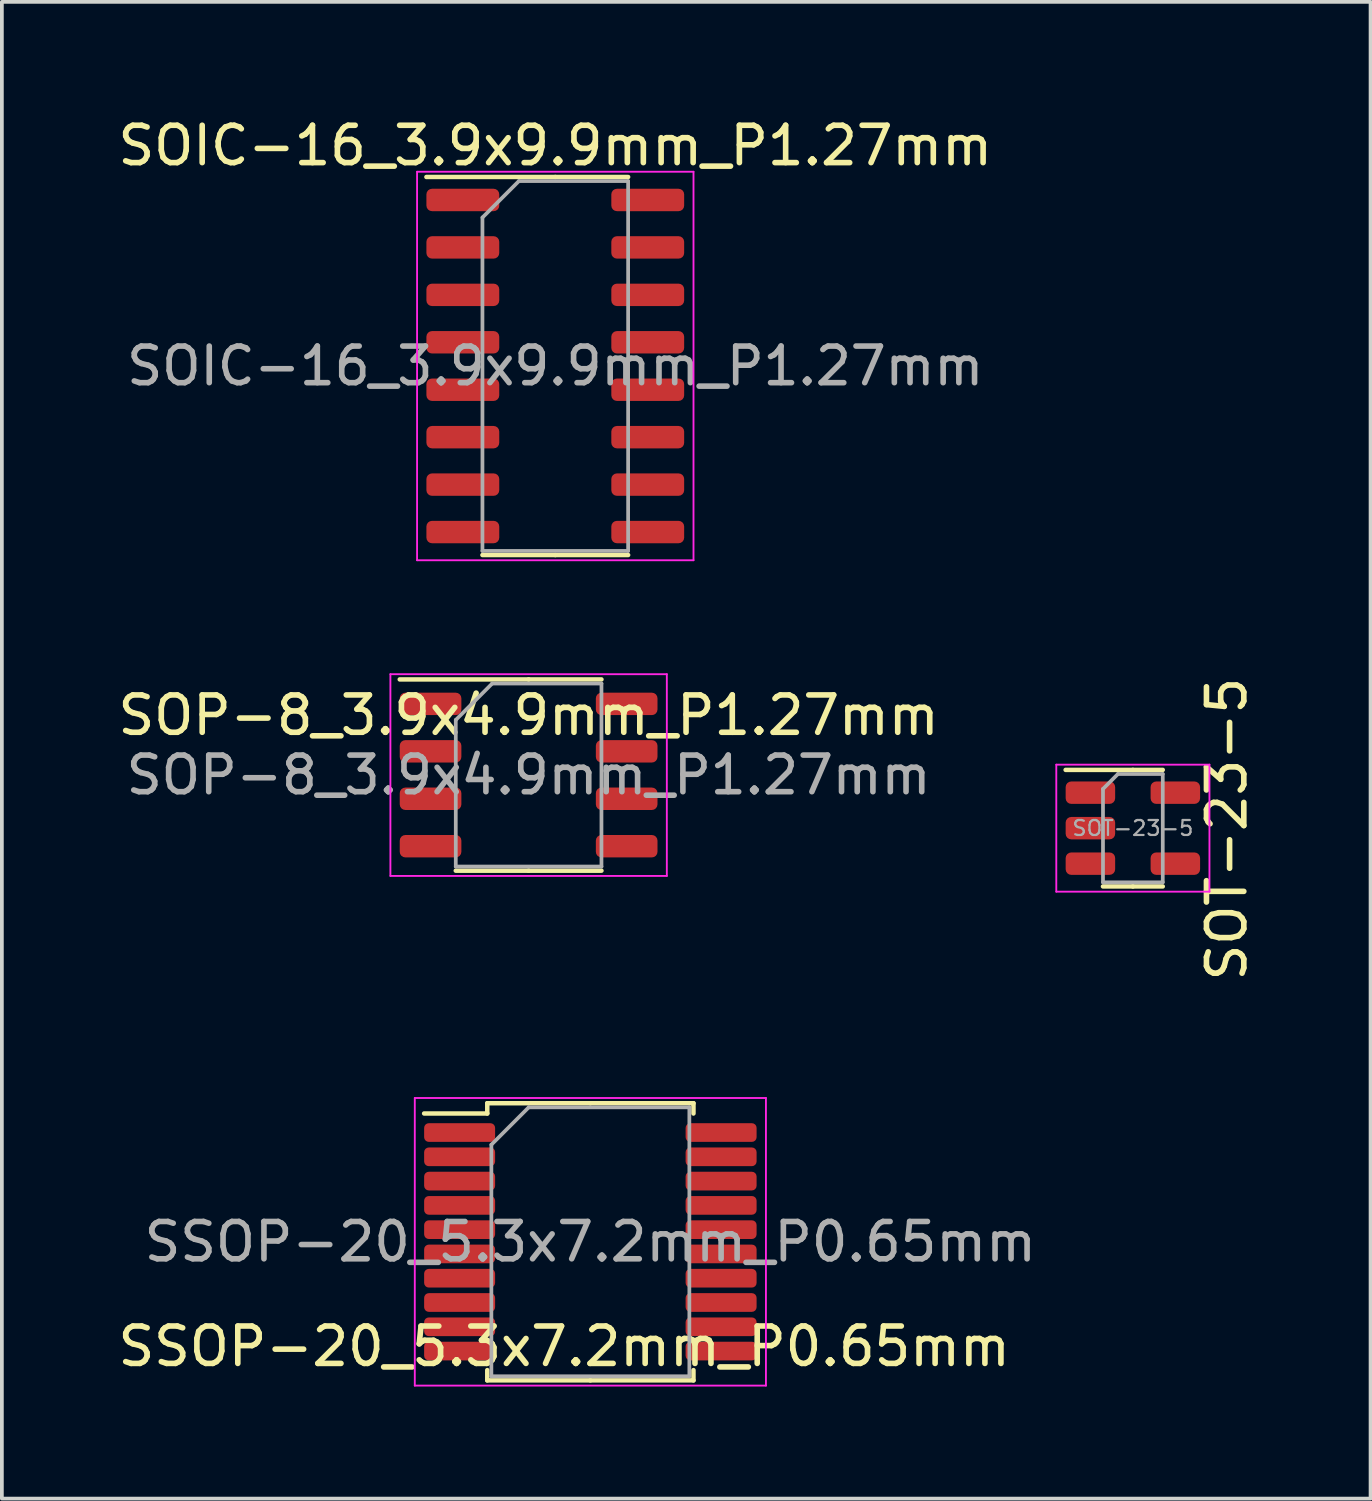
<source format=kicad_pcb>
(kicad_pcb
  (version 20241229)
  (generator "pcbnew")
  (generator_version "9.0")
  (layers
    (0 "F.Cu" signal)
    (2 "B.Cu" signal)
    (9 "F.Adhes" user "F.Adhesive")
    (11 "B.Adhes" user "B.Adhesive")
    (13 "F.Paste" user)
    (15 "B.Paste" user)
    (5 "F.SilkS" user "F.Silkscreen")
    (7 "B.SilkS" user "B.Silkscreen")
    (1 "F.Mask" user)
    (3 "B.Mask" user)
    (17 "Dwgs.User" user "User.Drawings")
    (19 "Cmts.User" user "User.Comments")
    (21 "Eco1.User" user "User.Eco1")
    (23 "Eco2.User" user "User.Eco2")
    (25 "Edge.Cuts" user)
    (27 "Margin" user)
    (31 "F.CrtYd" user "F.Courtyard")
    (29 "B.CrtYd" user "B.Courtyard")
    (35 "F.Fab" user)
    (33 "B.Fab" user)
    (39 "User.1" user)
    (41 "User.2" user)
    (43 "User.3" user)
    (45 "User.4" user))
  (footprint "SSOP-20_5.3x7.2mm_P0.65mm"
    (layer "F.Cu")
    (at 12.754 30.193)
    (property "Reference" "SSOP-20_5.3x7.2mm_P0.65mm" (at -0.7 2.8 0) (layer "F.SilkS") (effects (font (size 1 1) (thickness 0.15))))
    (attr smd)
    (fp_line (start -2.76 -3.71) (end -2.76 -3.435) (stroke (width 0.12) (type solid)) (layer "F.SilkS"))
    (fp_line (start -2.76 -3.435) (end -4.45 -3.435) (stroke (width 0.12) (type solid)) (layer "F.SilkS"))
    (fp_line (start -2.76 3.71) (end -2.76 3.435) (stroke (width 0.12) (type solid)) (layer "F.SilkS"))
    (fp_line (start 0 -3.71) (end -2.76 -3.71) (stroke (width 0.12) (type solid)) (layer "F.SilkS"))
    (fp_line (start 0 -3.71) (end 2.76 -3.71) (stroke (width 0.12) (type solid)) (layer "F.SilkS"))
    (fp_line (start 0 3.71) (end -2.76 3.71) (stroke (width 0.12) (type solid)) (layer "F.SilkS"))
    (fp_line (start 0 3.71) (end 2.76 3.71) (stroke (width 0.12) (type solid)) (layer "F.SilkS"))
    (fp_line (start 2.76 -3.71) (end 2.76 -3.435) (stroke (width 0.12) (type solid)) (layer "F.SilkS"))
    (fp_line (start 2.76 3.71) (end 2.76 3.435) (stroke (width 0.12) (type solid)) (layer "F.SilkS"))
    (fp_line (start -4.7 -3.85) (end -4.7 3.85) (stroke (width 0.05) (type solid)) (layer "F.CrtYd"))
    (fp_line (start -4.7 3.85) (end 4.7 3.85) (stroke (width 0.05) (type solid)) (layer "F.CrtYd"))
    (fp_line (start 4.7 -3.85) (end -4.7 -3.85) (stroke (width 0.05) (type solid)) (layer "F.CrtYd"))
    (fp_line (start 4.7 3.85) (end 4.7 -3.85) (stroke (width 0.05) (type solid)) (layer "F.CrtYd"))
    (fp_line (start -2.65 -2.6) (end -1.65 -3.6) (stroke (width 0.1) (type solid)) (layer "F.Fab"))
    (fp_line (start -2.65 3.6) (end -2.65 -2.6) (stroke (width 0.1) (type solid)) (layer "F.Fab"))
    (fp_line (start -1.65 -3.6) (end 2.65 -3.6) (stroke (width 0.1) (type solid)) (layer "F.Fab"))
    (fp_line (start 2.65 -3.6) (end 2.65 3.6) (stroke (width 0.1) (type solid)) (layer "F.Fab"))
    (fp_line (start 2.65 3.6) (end -2.65 3.6) (stroke (width 0.1) (type solid)) (layer "F.Fab"))
    (fp_text user "${REFERENCE}" (at 0 0 0) (layer "F.Fab") (effects (font (size 1 1) (thickness 0.15))))
    (pad "1" smd roundrect (at -3.5 -2.925) (size 1.9 0.5) (layers "F.Cu" "F.Mask" "F.Paste") (roundrect_rratio 0.25))
    (pad "2" smd roundrect (at -3.5 -2.275) (size 1.9 0.5) (layers "F.Cu" "F.Mask" "F.Paste") (roundrect_rratio 0.25))
    (pad "3" smd roundrect (at -3.5 -1.625) (size 1.9 0.5) (layers "F.Cu" "F.Mask" "F.Paste") (roundrect_rratio 0.25))
    (pad "4" smd roundrect (at -3.5 -0.975) (size 1.9 0.5) (layers "F.Cu" "F.Mask" "F.Paste") (roundrect_rratio 0.25))
    (pad "5" smd roundrect (at -3.5 -0.325) (size 1.9 0.5) (layers "F.Cu" "F.Mask" "F.Paste") (roundrect_rratio 0.25))
    (pad "6" smd roundrect (at -3.5 0.325) (size 1.9 0.5) (layers "F.Cu" "F.Mask" "F.Paste") (roundrect_rratio 0.25))
    (pad "7" smd roundrect (at -3.5 0.975) (size 1.9 0.5) (layers "F.Cu" "F.Mask" "F.Paste") (roundrect_rratio 0.25))
    (pad "8" smd roundrect (at -3.5 1.625) (size 1.9 0.5) (layers "F.Cu" "F.Mask" "F.Paste") (roundrect_rratio 0.25))
    (pad "9" smd roundrect (at -3.5 2.275) (size 1.9 0.5) (layers "F.Cu" "F.Mask" "F.Paste") (roundrect_rratio 0.25))
    (pad "10" smd roundrect (at -3.5 2.925) (size 1.9 0.5) (layers "F.Cu" "F.Mask" "F.Paste") (roundrect_rratio 0.25))
    (pad "11" smd roundrect (at 3.5 2.925) (size 1.9 0.5) (layers "F.Cu" "F.Mask" "F.Paste") (roundrect_rratio 0.25))
    (pad "12" smd roundrect (at 3.5 2.275) (size 1.9 0.5) (layers "F.Cu" "F.Mask" "F.Paste") (roundrect_rratio 0.25))
    (pad "13" smd roundrect (at 3.5 1.625) (size 1.9 0.5) (layers "F.Cu" "F.Mask" "F.Paste") (roundrect_rratio 0.25))
    (pad "14" smd roundrect (at 3.5 0.975) (size 1.9 0.5) (layers "F.Cu" "F.Mask" "F.Paste") (roundrect_rratio 0.25))
    (pad "15" smd roundrect (at 3.5 0.325) (size 1.9 0.5) (layers "F.Cu" "F.Mask" "F.Paste") (roundrect_rratio 0.25))
    (pad "16" smd roundrect (at 3.5 -0.325) (size 1.9 0.5) (layers "F.Cu" "F.Mask" "F.Paste") (roundrect_rratio 0.25))
    (pad "17" smd roundrect (at 3.5 -0.975) (size 1.9 0.5) (layers "F.Cu" "F.Mask" "F.Paste") (roundrect_rratio 0.25))
    (pad "18" smd roundrect (at 3.5 -1.625) (size 1.9 0.5) (layers "F.Cu" "F.Mask" "F.Paste") (roundrect_rratio 0.25))
    (pad "19" smd roundrect (at 3.5 -2.275) (size 1.9 0.5) (layers "F.Cu" "F.Mask" "F.Paste") (roundrect_rratio 0.25))
    (pad "20" smd roundrect (at 3.5 -2.925) (size 1.9 0.5) (layers "F.Cu" "F.Mask" "F.Paste") (roundrect_rratio 0.25)))
  (footprint "SOP-8_3.9x4.9mm_P1.27mm"
    (layer "F.Cu")
    (at 11.101 17.698)
    (property "Reference" "SOP-8_3.9x4.9mm_P1.27mm" (at 0 -1.6 0) (layer "F.SilkS") (effects (font (size 1 1) (thickness 0.15))))
    (attr smd)
    (fp_line (start 0 -2.56) (end -3.45 -2.56) (stroke (width 0.12) (type solid)) (layer "F.SilkS"))
    (fp_line (start 0 -2.56) (end 1.95 -2.56) (stroke (width 0.12) (type solid)) (layer "F.SilkS"))
    (fp_line (start 0 2.56) (end -1.95 2.56) (stroke (width 0.12) (type solid)) (layer "F.SilkS"))
    (fp_line (start 0 2.56) (end 1.95 2.56) (stroke (width 0.12) (type solid)) (layer "F.SilkS"))
    (fp_line (start -3.7 -2.7) (end -3.7 2.7) (stroke (width 0.05) (type solid)) (layer "F.CrtYd"))
    (fp_line (start -3.7 2.7) (end 3.7 2.7) (stroke (width 0.05) (type solid)) (layer "F.CrtYd"))
    (fp_line (start 3.7 -2.7) (end -3.7 -2.7) (stroke (width 0.05) (type solid)) (layer "F.CrtYd"))
    (fp_line (start 3.7 2.7) (end 3.7 -2.7) (stroke (width 0.05) (type solid)) (layer "F.CrtYd"))
    (fp_line (start -1.95 -1.475) (end -0.975 -2.45) (stroke (width 0.1) (type solid)) (layer "F.Fab"))
    (fp_line (start -1.95 2.45) (end -1.95 -1.475) (stroke (width 0.1) (type solid)) (layer "F.Fab"))
    (fp_line (start -0.975 -2.45) (end 1.95 -2.45) (stroke (width 0.1) (type solid)) (layer "F.Fab"))
    (fp_line (start 1.95 -2.45) (end 1.95 2.45) (stroke (width 0.1) (type solid)) (layer "F.Fab"))
    (fp_line (start 1.95 2.45) (end -1.95 2.45) (stroke (width 0.1) (type solid)) (layer "F.Fab"))
    (fp_text user "${REFERENCE}" (at 0 0 0) (layer "F.Fab") (effects (font (size 0.98 0.98) (thickness 0.15))))
    (pad "1" smd roundrect (at -2.625 -1.905 180) (size 1.65 0.6) (layers "F.Cu" "F.Mask" "F.Paste") (roundrect_rratio 0.25))
    (pad "2" smd roundrect (at -2.625 -0.635 180) (size 1.65 0.6) (layers "F.Cu" "F.Mask" "F.Paste") (roundrect_rratio 0.25))
    (pad "3" smd roundrect (at -2.625 0.635 180) (size 1.65 0.6) (layers "F.Cu" "F.Mask" "F.Paste") (roundrect_rratio 0.25))
    (pad "4" smd roundrect (at -2.625 1.905 180) (size 1.65 0.6) (layers "F.Cu" "F.Mask" "F.Paste") (roundrect_rratio 0.25))
    (pad "5" smd roundrect (at 2.625 1.905 180) (size 1.65 0.6) (layers "F.Cu" "F.Mask" "F.Paste") (roundrect_rratio 0.25))
    (pad "6" smd roundrect (at 2.625 0.635 180) (size 1.65 0.6) (layers "F.Cu" "F.Mask" "F.Paste") (roundrect_rratio 0.25))
    (pad "7" smd roundrect (at 2.625 -0.635 180) (size 1.65 0.6) (layers "F.Cu" "F.Mask" "F.Paste") (roundrect_rratio 0.25))
    (pad "8" smd roundrect (at 2.625 -1.905 180) (size 1.65 0.6) (layers "F.Cu" "F.Mask" "F.Paste") (roundrect_rratio 0.25)))
  (footprint "SOT-23-5"
    (layer "F.Cu")
    (at 27.277 19.12)
    (property "Reference" "SOT-23-5" (at 2.515 0.025 90) (layer "F.SilkS") (effects (font (size 1 1) (thickness 0.15))))
    (attr smd)
    (fp_line (start 0 -1.56) (end -1.8 -1.56) (stroke (width 0.12) (type solid)) (layer "F.SilkS"))
    (fp_line (start 0 -1.56) (end 0.8 -1.56) (stroke (width 0.12) (type solid)) (layer "F.SilkS"))
    (fp_line (start 0 1.56) (end -0.8 1.56) (stroke (width 0.12) (type solid)) (layer "F.SilkS"))
    (fp_line (start 0 1.56) (end 0.8 1.56) (stroke (width 0.12) (type solid)) (layer "F.SilkS"))
    (fp_line (start -2.05 -1.7) (end -2.05 1.7) (stroke (width 0.05) (type solid)) (layer "F.CrtYd"))
    (fp_line (start -2.05 1.7) (end 2.05 1.7) (stroke (width 0.05) (type solid)) (layer "F.CrtYd"))
    (fp_line (start 2.05 -1.7) (end -2.05 -1.7) (stroke (width 0.05) (type solid)) (layer "F.CrtYd"))
    (fp_line (start 2.05 1.7) (end 2.05 -1.7) (stroke (width 0.05) (type solid)) (layer "F.CrtYd"))
    (fp_line (start -0.8 -1.05) (end -0.4 -1.45) (stroke (width 0.1) (type solid)) (layer "F.Fab"))
    (fp_line (start -0.8 1.45) (end -0.8 -1.05) (stroke (width 0.1) (type solid)) (layer "F.Fab"))
    (fp_line (start -0.4 -1.45) (end 0.8 -1.45) (stroke (width 0.1) (type solid)) (layer "F.Fab"))
    (fp_line (start 0.8 -1.45) (end 0.8 1.45) (stroke (width 0.1) (type solid)) (layer "F.Fab"))
    (fp_line (start 0.8 1.45) (end -0.8 1.45) (stroke (width 0.1) (type solid)) (layer "F.Fab"))
    (fp_text user "${REFERENCE}" (at 0 0 0) (layer "F.Fab") (effects (font (size 0.4 0.4) (thickness 0.06))))
    (pad "1" smd roundrect (at -1.137 -0.95) (size 1.325 0.6) (layers "F.Cu" "F.Mask" "F.Paste") (roundrect_rratio 0.25))
    (pad "2" smd roundrect (at -1.137 0) (size 1.325 0.6) (layers "F.Cu" "F.Mask" "F.Paste") (roundrect_rratio 0.25))
    (pad "3" smd roundrect (at -1.137 0.95) (size 1.325 0.6) (layers "F.Cu" "F.Mask" "F.Paste") (roundrect_rratio 0.25))
    (pad "4" smd roundrect (at 1.137 0.95) (size 1.325 0.6) (layers "F.Cu" "F.Mask" "F.Paste") (roundrect_rratio 0.25))
    (pad "5" smd roundrect (at 1.137 -0.95) (size 1.325 0.6) (layers "F.Cu" "F.Mask" "F.Paste") (roundrect_rratio 0.25)))
  (footprint "SOIC-16_3.9x9.9mm_P1.27mm"
    (layer "F.Cu")
    (at 11.815 6.748)
    (property "Reference" "SOIC-16_3.9x9.9mm_P1.27mm" (at 0 -5.9 0) (layer "F.SilkS") (effects (font (size 1 1) (thickness 0.15))))
    (attr smd)
    (fp_line (start 0 -5.06) (end -3.45 -5.06) (stroke (width 0.12) (type solid)) (layer "F.SilkS"))
    (fp_line (start 0 -5.06) (end 1.95 -5.06) (stroke (width 0.12) (type solid)) (layer "F.SilkS"))
    (fp_line (start 0 5.06) (end -1.95 5.06) (stroke (width 0.12) (type solid)) (layer "F.SilkS"))
    (fp_line (start 0 5.06) (end 1.95 5.06) (stroke (width 0.12) (type solid)) (layer "F.SilkS"))
    (fp_line (start -3.7 -5.2) (end -3.7 5.2) (stroke (width 0.05) (type solid)) (layer "F.CrtYd"))
    (fp_line (start -3.7 5.2) (end 3.7 5.2) (stroke (width 0.05) (type solid)) (layer "F.CrtYd"))
    (fp_line (start 3.7 -5.2) (end -3.7 -5.2) (stroke (width 0.05) (type solid)) (layer "F.CrtYd"))
    (fp_line (start 3.7 5.2) (end 3.7 -5.2) (stroke (width 0.05) (type solid)) (layer "F.CrtYd"))
    (fp_line (start -1.95 -3.975) (end -0.975 -4.95) (stroke (width 0.1) (type solid)) (layer "F.Fab"))
    (fp_line (start -1.95 4.95) (end -1.95 -3.975) (stroke (width 0.1) (type solid)) (layer "F.Fab"))
    (fp_line (start -0.975 -4.95) (end 1.95 -4.95) (stroke (width 0.1) (type solid)) (layer "F.Fab"))
    (fp_line (start 1.95 -4.95) (end 1.95 4.95) (stroke (width 0.1) (type solid)) (layer "F.Fab"))
    (fp_line (start 1.95 4.95) (end -1.95 4.95) (stroke (width 0.1) (type solid)) (layer "F.Fab"))
    (fp_text user "${REFERENCE}" (at 0 0 0) (layer "F.Fab") (effects (font (size 0.98 0.98) (thickness 0.15))))
    (pad "1" smd roundrect (at -2.475 -4.445) (size 1.95 0.6) (layers "F.Cu" "F.Mask" "F.Paste") (roundrect_rratio 0.25))
    (pad "2" smd roundrect (at -2.475 -3.175) (size 1.95 0.6) (layers "F.Cu" "F.Mask" "F.Paste") (roundrect_rratio 0.25))
    (pad "3" smd roundrect (at -2.475 -1.905) (size 1.95 0.6) (layers "F.Cu" "F.Mask" "F.Paste") (roundrect_rratio 0.25))
    (pad "4" smd roundrect (at -2.475 -0.635) (size 1.95 0.6) (layers "F.Cu" "F.Mask" "F.Paste") (roundrect_rratio 0.25))
    (pad "5" smd roundrect (at -2.475 0.635) (size 1.95 0.6) (layers "F.Cu" "F.Mask" "F.Paste") (roundrect_rratio 0.25))
    (pad "6" smd roundrect (at -2.475 1.905) (size 1.95 0.6) (layers "F.Cu" "F.Mask" "F.Paste") (roundrect_rratio 0.25))
    (pad "7" smd roundrect (at -2.475 3.175) (size 1.95 0.6) (layers "F.Cu" "F.Mask" "F.Paste") (roundrect_rratio 0.25))
    (pad "8" smd roundrect (at -2.475 4.445) (size 1.95 0.6) (layers "F.Cu" "F.Mask" "F.Paste") (roundrect_rratio 0.25))
    (pad "9" smd roundrect (at 2.475 4.445) (size 1.95 0.6) (layers "F.Cu" "F.Mask" "F.Paste") (roundrect_rratio 0.25))
    (pad "10" smd roundrect (at 2.475 3.175) (size 1.95 0.6) (layers "F.Cu" "F.Mask" "F.Paste") (roundrect_rratio 0.25))
    (pad "11" smd roundrect (at 2.475 1.905) (size 1.95 0.6) (layers "F.Cu" "F.Mask" "F.Paste") (roundrect_rratio 0.25))
    (pad "12" smd roundrect (at 2.475 0.635) (size 1.95 0.6) (layers "F.Cu" "F.Mask" "F.Paste") (roundrect_rratio 0.25))
    (pad "13" smd roundrect (at 2.475 -0.635) (size 1.95 0.6) (layers "F.Cu" "F.Mask" "F.Paste") (roundrect_rratio 0.25))
    (pad "14" smd roundrect (at 2.475 -1.905) (size 1.95 0.6) (layers "F.Cu" "F.Mask" "F.Paste") (roundrect_rratio 0.25))
    (pad "15" smd roundrect (at 2.475 -3.175) (size 1.95 0.6) (layers "F.Cu" "F.Mask" "F.Paste") (roundrect_rratio 0.25))
    (pad "16" smd roundrect (at 2.475 -4.445) (size 1.95 0.6) (layers "F.Cu" "F.Mask" "F.Paste") (roundrect_rratio 0.25)))
  (gr_rect
    (start -3 -3)
    (end 33.64 37.068)
    (stroke (width 0.1) (type default))
    (fill no)
    (layer "Edge.Cuts")))
</source>
